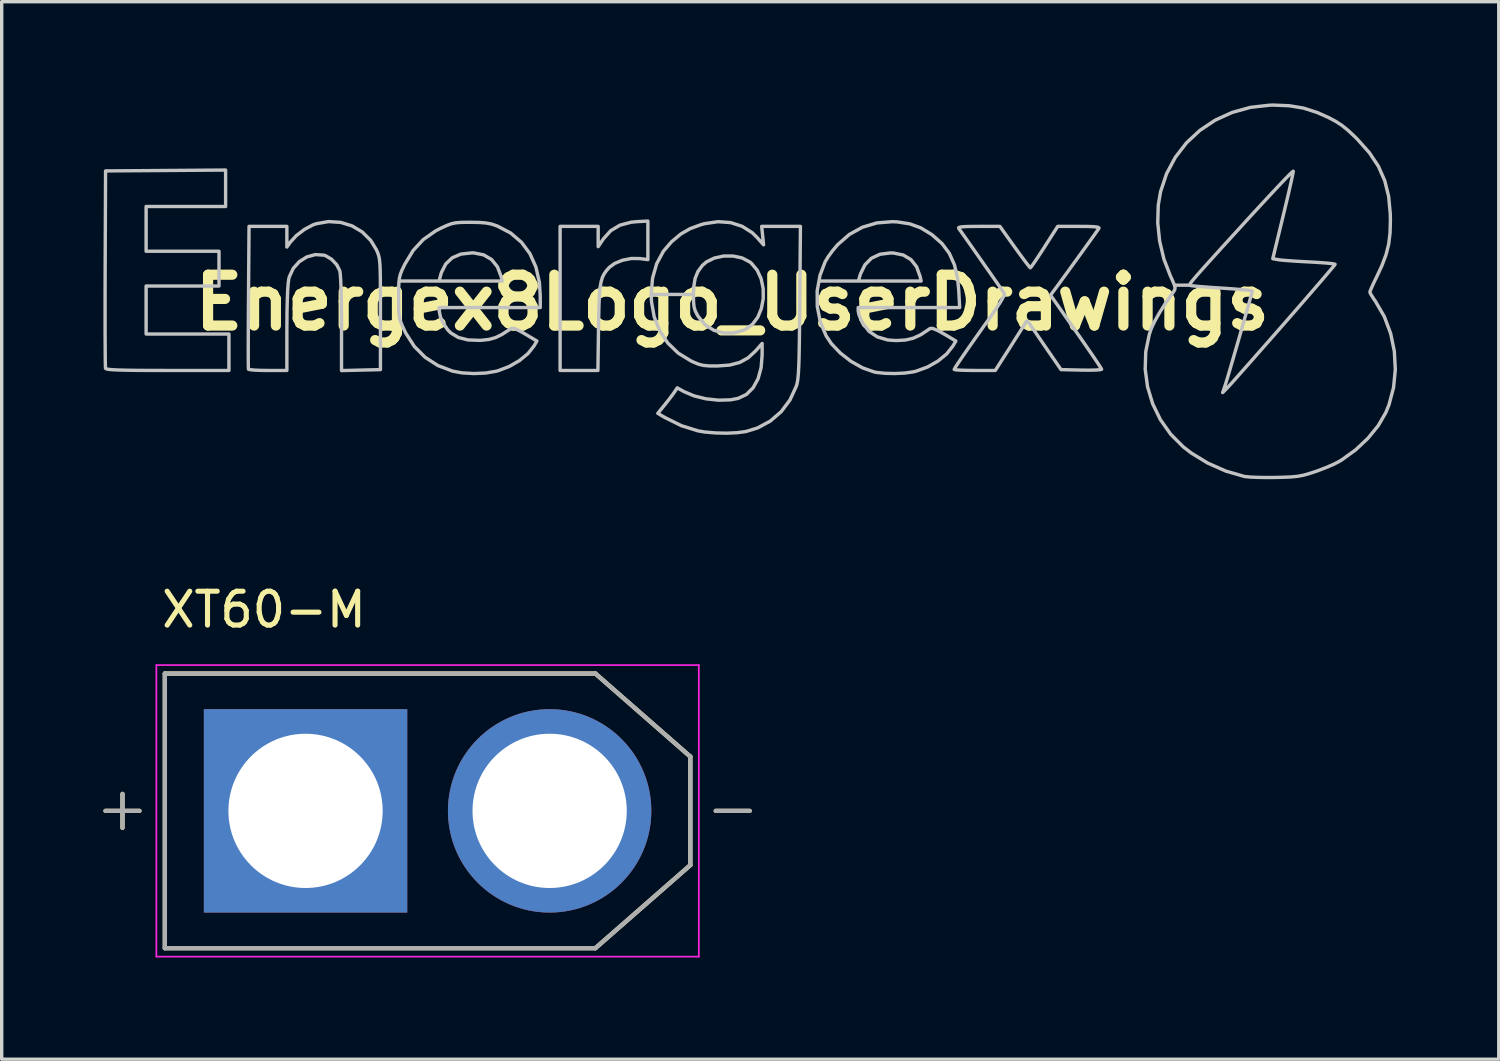
<source format=kicad_pcb>
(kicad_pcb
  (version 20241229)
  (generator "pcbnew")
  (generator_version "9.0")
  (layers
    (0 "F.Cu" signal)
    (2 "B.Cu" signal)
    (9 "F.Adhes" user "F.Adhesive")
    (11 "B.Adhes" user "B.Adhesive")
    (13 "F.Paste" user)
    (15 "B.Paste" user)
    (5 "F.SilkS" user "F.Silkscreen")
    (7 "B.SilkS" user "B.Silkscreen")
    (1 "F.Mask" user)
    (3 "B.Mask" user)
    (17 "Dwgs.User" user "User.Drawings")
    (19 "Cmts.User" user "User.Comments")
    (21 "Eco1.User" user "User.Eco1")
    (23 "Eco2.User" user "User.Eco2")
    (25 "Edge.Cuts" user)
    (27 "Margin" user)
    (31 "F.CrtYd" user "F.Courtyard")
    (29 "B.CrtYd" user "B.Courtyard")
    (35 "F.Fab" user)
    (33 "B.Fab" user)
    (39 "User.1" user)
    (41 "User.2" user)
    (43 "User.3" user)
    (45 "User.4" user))
  (footprint "Energex8Logo_UserDrawings"
    (layer "F.Cu")
    (at 18.552 5.875)
    (property "Reference" "Energex8Logo_UserDrawings" (at 0 0 0) (layer "F.SilkS") (effects (font (size 1.5 1.5) (thickness 0.3))))
    (attr board_only exclude_from_pos_files exclude_from_bom)
    (fp_poly (pts (xy -2.491 -1.836) (xy -2.491 -1.267) (xy -2.729 -1.298) (xy -2.983 -1.3) (xy -3.242 -1.248) (xy -3.473 -1.153) (xy -3.626 -1.04) (xy -3.712 -0.944) (xy -3.78 -0.849) (xy -3.833 -0.742) (xy -3.872 -0.61) (xy -3.901 -0.44) (xy -3.92 -0.221) (xy -3.933 0.062) (xy -3.942 0.42) (xy -3.947 0.745) (xy -3.965 2.003) (xy -4.523 2.003) (xy -5.08 2.003) (xy -5.08 -0.122) (xy -5.08 -2.247) (xy -4.518 -2.247) (xy -3.957 -2.247) (xy -3.957 -1.948) (xy -3.957 -1.65) (xy -3.798 -1.885) (xy -3.586 -2.121) (xy -3.317 -2.282) (xy -2.986 -2.37) (xy -2.824 -2.386) (xy -2.491 -2.404)) (stroke (width 0.1) (type solid)) (fill no) (layer "Dwgs.User"))
    (fp_poly (pts (xy -14.947 -3.371) (xy -14.947 -2.833) (xy -16.119 -2.833) (xy -17.292 -2.833) (xy -17.292 -2.174) (xy -17.292 -1.514) (xy -16.217 -1.514) (xy -15.142 -1.514) (xy -15.142 -1.001) (xy -15.142 -0.488) (xy -16.217 -0.488) (xy -17.292 -0.488) (xy -17.292 0.22) (xy -17.292 0.928) (xy -16.07 0.928) (xy -14.849 0.928) (xy -14.849 1.465) (xy -14.849 2.003) (xy -16.658 2.003) (xy -17.15 2.002) (xy -17.551 2) (xy -17.87 1.995) (xy -18.114 1.989) (xy -18.29 1.981) (xy -18.406 1.969) (xy -18.47 1.955) (xy -18.489 1.942) (xy -18.493 1.883) (xy -18.496 1.735) (xy -18.498 1.507) (xy -18.5 1.208) (xy -18.502 0.846) (xy -18.502 0.431) (xy -18.502 -0.03) (xy -18.501 -0.528) (xy -18.5 -1.001) (xy -18.488 -3.883) (xy -16.718 -3.896) (xy -14.947 -3.909)) (stroke (width 0.1) (type solid)) (fill no) (layer "Dwgs.User"))
    (fp_poly (pts (xy -11.552 -2.365) (xy -11.215 -2.261) (xy -10.914 -2.081) (xy -10.666 -1.833) (xy -10.496 -1.552) (xy -10.465 -1.48) (xy -10.44 -1.412) (xy -10.42 -1.335) (xy -10.405 -1.238) (xy -10.394 -1.111) (xy -10.387 -0.941) (xy -10.383 -0.719) (xy -10.381 -0.431) (xy -10.38 -0.067) (xy -10.38 0.342) (xy -10.38 1.978) (xy -10.954 1.992) (xy -11.528 2.006) (xy -11.528 0.624) (xy -11.53 0.234) (xy -11.535 -0.122) (xy -11.543 -0.431) (xy -11.553 -0.679) (xy -11.566 -0.854) (xy -11.578 -0.937) (xy -11.67 -1.117) (xy -11.821 -1.277) (xy -11.999 -1.383) (xy -12.045 -1.398) (xy -12.301 -1.415) (xy -12.55 -1.347) (xy -12.773 -1.207) (xy -12.951 -1.008) (xy -13.068 -0.76) (xy -13.084 -0.694) (xy -13.102 -0.56) (xy -13.117 -0.342) (xy -13.128 -0.054) (xy -13.136 0.291) (xy -13.139 0.678) (xy -13.14 0.784) (xy -13.14 2.003) (xy -13.698 2.003) (xy -13.921 2) (xy -14.104 1.992) (xy -14.228 1.979) (xy -14.273 1.966) (xy -14.276 1.911) (xy -14.278 1.768) (xy -14.279 1.549) (xy -14.279 1.262) (xy -14.278 0.918) (xy -14.277 0.528) (xy -14.274 0.102) (xy -14.272 -0.159) (xy -14.256 -2.247) (xy -13.698 -2.247) (xy -13.14 -2.247) (xy -13.14 -1.942) (xy -13.14 -1.638) (xy -13.036 -1.784) (xy -12.858 -1.978) (xy -12.624 -2.156) (xy -12.376 -2.289) (xy -12.279 -2.324) (xy -11.912 -2.389)) (stroke (width 0.1) (type solid)) (fill no) (layer "Dwgs.User"))
    (fp_poly (pts (xy 4.86 -2.38) (xy 5.231 -2.323) (xy 5.555 -2.206) (xy 5.872 -2.013) (xy 5.9 -1.992) (xy 6.187 -1.739) (xy 6.402 -1.45) (xy 6.553 -1.111) (xy 6.645 -0.711) (xy 6.679 -0.354) (xy 6.706 0.147) (xy 5.209 0.147) (xy 3.712 0.147) (xy 3.713 0.256) (xy 3.737 0.36) (xy 3.796 0.507) (xy 3.848 0.611) (xy 4.03 0.847) (xy 4.276 1.012) (xy 4.581 1.103) (xy 4.832 1.121) (xy 5.105 1.105) (xy 5.335 1.052) (xy 5.555 0.951) (xy 5.8 0.789) (xy 5.836 0.762) (xy 5.913 0.763) (xy 6.061 0.825) (xy 6.244 0.926) (xy 6.593 1.134) (xy 6.508 1.28) (xy 6.323 1.515) (xy 6.064 1.727) (xy 5.756 1.902) (xy 5.422 2.024) (xy 5.334 2.045) (xy 5.09 2.079) (xy 4.802 2.093) (xy 4.51 2.087) (xy 4.257 2.061) (xy 4.181 2.046) (xy 3.842 1.926) (xy 3.502 1.735) (xy 3.188 1.491) (xy 2.924 1.215) (xy 2.766 0.979) (xy 2.593 0.563) (xy 2.506 0.116) (xy 2.503 -0.345) (xy 2.556 -0.635) (xy 3.719 -0.635) (xy 4.645 -0.635) (xy 5.57 -0.635) (xy 5.54 -0.769) (xy 5.435 -1.057) (xy 5.27 -1.267) (xy 5.044 -1.402) (xy 4.756 -1.461) (xy 4.665 -1.464) (xy 4.355 -1.425) (xy 4.104 -1.308) (xy 3.912 -1.114) (xy 3.779 -0.841) (xy 3.762 -0.785) (xy 3.719 -0.635) (xy 2.556 -0.635) (xy 2.586 -0.802) (xy 2.737 -1.2) (xy 2.826 -1.349) (xy 2.957 -1.529) (xy 3.103 -1.702) (xy 3.111 -1.711) (xy 3.45 -2.008) (xy 3.837 -2.222) (xy 4.263 -2.349) (xy 4.719 -2.386)) (stroke (width 0.1) (type solid)) (fill no) (layer "Dwgs.User"))
    (fp_poly (pts (xy -7.718 -2.368) (xy -7.454 -2.363) (xy -7.257 -2.346) (xy -7.096 -2.314) (xy -6.94 -2.261) (xy -6.929 -2.256) (xy -6.54 -2.052) (xy -6.22 -1.779) (xy -5.97 -1.442) (xy -5.793 -1.045) (xy -5.691 -0.593) (xy -5.666 -0.198) (xy -5.666 0.147) (xy -7.156 0.147) (xy -8.646 0.147) (xy -8.645 0.256) (xy -8.609 0.429) (xy -8.519 0.624) (xy -8.395 0.804) (xy -8.309 0.892) (xy -8.083 1.029) (xy -7.801 1.102) (xy -7.452 1.115) (xy -7.393 1.112) (xy -7.175 1.087) (xy -6.986 1.034) (xy -6.796 0.941) (xy -6.571 0.795) (xy -6.541 0.774) (xy -6.484 0.756) (xy -6.399 0.775) (xy -6.267 0.839) (xy -6.114 0.926) (xy -5.765 1.134) (xy -5.85 1.28) (xy -6.027 1.504) (xy -6.278 1.711) (xy -6.58 1.885) (xy -6.91 2.011) (xy -6.959 2.025) (xy -7.27 2.078) (xy -7.623 2.094) (xy -7.973 2.074) (xy -8.25 2.023) (xy -8.684 1.858) (xy -9.062 1.614) (xy -9.379 1.295) (xy -9.631 0.905) (xy -9.661 0.844) (xy -9.736 0.683) (xy -9.787 0.556) (xy -9.819 0.437) (xy -9.835 0.3) (xy -9.841 0.118) (xy -9.842 -0.134) (xy -9.843 -0.149) (xy -9.842 -0.404) (xy -9.836 -0.588) (xy -9.831 -0.635) (xy -8.648 -0.635) (xy -7.718 -0.635) (xy -6.788 -0.635) (xy -6.82 -0.769) (xy -6.93 -1.057) (xy -7.102 -1.27) (xy -7.334 -1.407) (xy -7.622 -1.464) (xy -7.687 -1.465) (xy -8.007 -1.43) (xy -8.262 -1.321) (xy -8.453 -1.139) (xy -8.583 -0.883) (xy -8.615 -0.769) (xy -8.648 -0.635) (xy -9.831 -0.635) (xy -9.82 -0.725) (xy -9.79 -0.842) (xy -9.741 -0.964) (xy -9.667 -1.117) (xy -9.656 -1.139) (xy -9.414 -1.537) (xy -9.116 -1.859) (xy -8.752 -2.114) (xy -8.6 -2.193) (xy -8.427 -2.272) (xy -8.291 -2.324) (xy -8.16 -2.352) (xy -8.002 -2.365) (xy -7.786 -2.368)) (stroke (width 0.1) (type solid)) (fill no) (layer "Dwgs.User"))
    (fp_poly (pts (xy 8.329 -1.636) (xy 8.481 -1.426) (xy 8.614 -1.247) (xy 8.716 -1.113) (xy 8.778 -1.038) (xy 8.791 -1.026) (xy 8.825 -1.065) (xy 8.901 -1.172) (xy 9.01 -1.334) (xy 9.141 -1.534) (xy 9.207 -1.637) (xy 9.598 -2.247) (xy 10.224 -2.247) (xy 10.489 -2.245) (xy 10.668 -2.238) (xy 10.772 -2.225) (xy 10.814 -2.205) (xy 10.812 -2.186) (xy 10.773 -2.13) (xy 10.687 -2.009) (xy 10.564 -1.837) (xy 10.414 -1.629) (xy 10.248 -1.398) (xy 10.075 -1.16) (xy 9.907 -0.927) (xy 9.752 -0.715) (xy 9.623 -0.537) (xy 9.528 -0.408) (xy 9.496 -0.366) (xy 9.386 -0.22) (xy 10.139 0.855) (xy 10.339 1.141) (xy 10.518 1.401) (xy 10.671 1.624) (xy 10.789 1.8) (xy 10.865 1.918) (xy 10.893 1.967) (xy 10.893 1.968) (xy 10.847 1.981) (xy 10.722 1.99) (xy 10.537 1.994) (xy 10.311 1.992) (xy 10.294 1.992) (xy 9.696 1.978) (xy 9.243 1.319) (xy 9.087 1.092) (xy 8.948 0.889) (xy 8.836 0.726) (xy 8.762 0.619) (xy 8.74 0.586) (xy 8.689 0.547) (xy 8.667 0.562) (xy 8.635 0.617) (xy 8.559 0.741) (xy 8.448 0.917) (xy 8.312 1.131) (xy 8.201 1.307) (xy 7.756 2.003) (xy 7.151 2.003) (xy 6.92 2) (xy 6.73 1.994) (xy 6.599 1.985) (xy 6.546 1.974) (xy 6.545 1.973) (xy 6.573 1.92) (xy 6.655 1.793) (xy 6.786 1.6) (xy 6.962 1.345) (xy 7.18 1.034) (xy 7.435 0.674) (xy 7.631 0.399) (xy 7.783 0.179) (xy 7.906 -0.011) (xy 7.99 -0.157) (xy 8.027 -0.244) (xy 8.027 -0.26) (xy 7.99 -0.316) (xy 7.907 -0.437) (xy 7.787 -0.61) (xy 7.64 -0.821) (xy 7.476 -1.055) (xy 7.305 -1.299) (xy 7.137 -1.539) (xy 6.981 -1.761) (xy 6.848 -1.95) (xy 6.747 -2.093) (xy 6.687 -2.175) (xy 6.679 -2.186) (xy 6.678 -2.212) (xy 6.731 -2.229) (xy 6.849 -2.24) (xy 7.044 -2.246) (xy 7.262 -2.247) (xy 7.893 -2.247)) (stroke (width 0.1) (type solid)) (fill no) (layer "Dwgs.User"))
    (fp_poly (pts (xy -0.05 -2.359) (xy 0.291 -2.249) (xy 0.588 -2.06) (xy 0.729 -1.922) (xy 0.922 -1.703) (xy 0.894 -1.975) (xy 0.866 -2.247) (xy 1.437 -2.247) (xy 2.009 -2.247) (xy 1.99 -0.012) (xy 1.985 0.526) (xy 1.98 0.975) (xy 1.974 1.345) (xy 1.968 1.644) (xy 1.96 1.882) (xy 1.95 2.067) (xy 1.938 2.21) (xy 1.924 2.318) (xy 1.907 2.401) (xy 1.889 2.463) (xy 1.702 2.87) (xy 1.443 3.217) (xy 1.12 3.496) (xy 0.743 3.699) (xy 0.401 3.804) (xy 0.141 3.839) (xy -0.174 3.853) (xy -0.509 3.845) (xy -0.823 3.817) (xy -1.01 3.785) (xy -1.502 3.632) (xy -1.991 3.39) (xy -2.199 3.268) (xy -1.991 3.012) (xy -1.87 2.86) (xy -1.764 2.72) (xy -1.704 2.636) (xy -1.624 2.516) (xy -1.431 2.624) (xy -1.131 2.752) (xy -0.779 2.839) (xy -0.411 2.879) (xy -0.06 2.87) (xy 0.17 2.827) (xy 0.415 2.711) (xy 0.613 2.514) (xy 0.76 2.246) (xy 0.85 1.916) (xy 0.879 1.547) (xy 0.879 1.207) (xy 0.686 1.427) (xy 0.468 1.629) (xy 0.219 1.766) (xy -0.079 1.844) (xy -0.446 1.871) (xy -0.464 1.871) (xy -0.69 1.869) (xy -0.855 1.853) (xy -0.996 1.818) (xy -1.149 1.755) (xy -1.221 1.721) (xy -1.596 1.491) (xy -1.905 1.192) (xy -2.142 0.833) (xy -2.304 0.423) (xy -2.385 -0.03) (xy -2.393 -0.24) (xy -1.146 -0.24) (xy -1.144 -0.027) (xy -1.13 0.121) (xy -1.098 0.237) (xy -1.039 0.353) (xy -1.001 0.417) (xy -0.801 0.654) (xy -0.55 0.815) (xy -0.263 0.898) (xy 0.044 0.896) (xy 0.355 0.806) (xy 0.379 0.795) (xy 0.591 0.646) (xy 0.751 0.432) (xy 0.858 0.172) (xy 0.912 -0.115) (xy 0.91 -0.412) (xy 0.851 -0.698) (xy 0.734 -0.954) (xy 0.558 -1.164) (xy 0.518 -1.196) (xy 0.291 -1.315) (xy 0.023 -1.373) (xy -0.26 -1.372) (xy -0.531 -1.313) (xy -0.764 -1.199) (xy -0.886 -1.092) (xy -1.016 -0.913) (xy -1.097 -0.714) (xy -1.137 -0.47) (xy -1.146 -0.24) (xy -2.393 -0.24) (xy -2.393 -0.244) (xy -2.353 -0.72) (xy -2.232 -1.145) (xy -2.032 -1.516) (xy -1.791 -1.795) (xy -1.519 -2.022) (xy -1.24 -2.183) (xy -0.913 -2.302) (xy -0.818 -2.327) (xy -0.424 -2.386)) (stroke (width 0.1) (type solid)) (fill no) (layer "Dwgs.User"))
    (fp_poly (pts (xy 16.437 -5.805) (xy 16.85 -5.736) (xy 17.252 -5.607) (xy 17.585 -5.459) (xy 17.794 -5.348) (xy 17.975 -5.231) (xy 18.156 -5.086) (xy 18.362 -4.893) (xy 18.441 -4.814) (xy 18.793 -4.419) (xy 19.059 -4.018) (xy 19.245 -3.595) (xy 19.36 -3.131) (xy 19.409 -2.61) (xy 19.412 -2.442) (xy 19.402 -2.058) (xy 19.362 -1.727) (xy 19.284 -1.416) (xy 19.161 -1.09) (xy 19.026 -0.798) (xy 18.933 -0.607) (xy 18.86 -0.448) (xy 18.815 -0.341) (xy 18.806 -0.309) (xy 18.832 -0.25) (xy 18.9 -0.139) (xy 18.969 -0.039) (xy 19.232 0.413) (xy 19.419 0.911) (xy 19.528 1.437) (xy 19.557 1.974) (xy 19.505 2.506) (xy 19.37 3.015) (xy 19.275 3.248) (xy 19.052 3.632) (xy 18.749 4.004) (xy 18.384 4.347) (xy 17.975 4.642) (xy 17.87 4.704) (xy 17.72 4.779) (xy 17.512 4.868) (xy 17.282 4.956) (xy 17.186 4.99) (xy 16.994 5.052) (xy 16.832 5.096) (xy 16.673 5.125) (xy 16.491 5.143) (xy 16.259 5.153) (xy 16.022 5.159) (xy 15.748 5.161) (xy 15.49 5.156) (xy 15.274 5.147) (xy 15.123 5.132) (xy 15.097 5.127) (xy 14.558 4.971) (xy 14.028 4.737) (xy 13.539 4.439) (xy 13.303 4.257) (xy 12.93 3.883) (xy 12.627 3.454) (xy 12.398 2.982) (xy 12.248 2.483) (xy 12.179 1.967) (xy 12.195 1.45) (xy 12.299 0.943) (xy 12.357 0.77) (xy 12.45 0.569) (xy 12.592 0.315) (xy 12.771 0.03) (xy 12.974 -0.263) (xy 13.017 -0.322) (xy 13.052 -0.38) (xy 13.059 -0.443) (xy 13.04 -0.513) (xy 13.491 -0.513) (xy 13.495 -0.507) (xy 13.549 -0.497) (xy 13.686 -0.482) (xy 13.888 -0.465) (xy 14.141 -0.446) (xy 14.429 -0.427) (xy 14.429 -0.427) (xy 14.714 -0.408) (xy 14.963 -0.388) (xy 15.16 -0.37) (xy 15.29 -0.354) (xy 15.338 -0.342) (xy 15.338 -0.341) (xy 15.325 -0.286) (xy 15.288 -0.151) (xy 15.233 0.049) (xy 15.162 0.299) (xy 15.08 0.586) (xy 14.992 0.895) (xy 14.901 1.211) (xy 14.811 1.521) (xy 14.727 1.809) (xy 14.653 2.062) (xy 14.592 2.266) (xy 14.549 2.404) (xy 14.535 2.449) (xy 14.464 2.655) (xy 14.605 2.512) (xy 14.665 2.447) (xy 14.783 2.316) (xy 14.95 2.127) (xy 15.161 1.889) (xy 15.408 1.609) (xy 15.684 1.296) (xy 15.982 0.957) (xy 16.263 0.637) (xy 16.569 0.286) (xy 16.854 -0.041) (xy 17.112 -0.339) (xy 17.338 -0.601) (xy 17.523 -0.817) (xy 17.663 -0.983) (xy 17.751 -1.089) (xy 17.78 -1.129) (xy 17.734 -1.143) (xy 17.607 -1.158) (xy 17.416 -1.174) (xy 17.177 -1.19) (xy 17.035 -1.197) (xy 16.76 -1.212) (xy 16.506 -1.228) (xy 16.296 -1.244) (xy 16.152 -1.258) (xy 16.116 -1.263) (xy 15.942 -1.294) (xy 16.25 -2.564) (xy 16.331 -2.903) (xy 16.404 -3.21) (xy 16.464 -3.474) (xy 16.51 -3.681) (xy 16.538 -3.819) (xy 16.545 -3.875) (xy 16.511 -3.848) (xy 16.417 -3.757) (xy 16.272 -3.607) (xy 16.082 -3.407) (xy 15.854 -3.163) (xy 15.594 -2.883) (xy 15.309 -2.574) (xy 15.141 -2.39) (xy 14.764 -1.977) (xy 14.448 -1.63) (xy 14.188 -1.343) (xy 13.978 -1.111) (xy 13.814 -0.927) (xy 13.69 -0.786) (xy 13.601 -0.681) (xy 13.541 -0.608) (xy 13.507 -0.559) (xy 13.492 -0.529) (xy 13.491 -0.513) (xy 13.04 -0.513) (xy 13.034 -0.534) (xy 12.973 -0.676) (xy 12.922 -0.786) (xy 12.731 -1.282) (xy 12.605 -1.812) (xy 12.549 -2.351) (xy 12.564 -2.874) (xy 12.632 -3.27) (xy 12.809 -3.801) (xy 13.067 -4.284) (xy 13.397 -4.712) (xy 13.792 -5.079) (xy 14.243 -5.38) (xy 14.743 -5.608) (xy 15.283 -5.758) (xy 15.857 -5.823) (xy 15.973 -5.825)) (stroke (width 0.1) (type solid)) (fill no) (layer "Dwgs.User")))
  (footprint "XT60-M"
    (layer "F.Cu")
    (at 9.563 20.869)
    (property "Reference" "XT60-M" (at -4.825 -5.935 0) (layer "F.SilkS") (effects (font (size 1 1) (thickness 0.15))))
    (attr through_hole)
    (fp_line (start -9.5 0) (end -8.5 0) (stroke (width 0.127) (type solid)) (layer "F.SilkS"))
    (fp_line (start -9 -0.5) (end -9 0.5) (stroke (width 0.127) (type solid)) (layer "F.SilkS"))
    (fp_line (start -7.75 -4.05) (end 4.95 -4.05) (stroke (width 0.127) (type solid)) (layer "F.SilkS"))
    (fp_line (start -7.75 4.05) (end -7.75 -4.05) (stroke (width 0.127) (type solid)) (layer "F.SilkS"))
    (fp_line (start 4.95 -4.05) (end 7.75 -1.6) (stroke (width 0.127) (type solid)) (layer "F.SilkS"))
    (fp_line (start 4.95 4.05) (end -7.75 4.05) (stroke (width 0.127) (type solid)) (layer "F.SilkS"))
    (fp_line (start 7.75 -1.6) (end 7.75 1.6) (stroke (width 0.127) (type solid)) (layer "F.SilkS"))
    (fp_line (start 7.75 1.6) (end 4.95 4.05) (stroke (width 0.127) (type solid)) (layer "F.SilkS"))
    (fp_line (start 8.5 0) (end 9.5 0) (stroke (width 0.127) (type solid)) (layer "F.SilkS"))
    (fp_line (start -8 -4.3) (end -8 4.3) (stroke (width 0.05) (type solid)) (layer "F.CrtYd"))
    (fp_line (start -8 4.3) (end 8 4.3) (stroke (width 0.05) (type solid)) (layer "F.CrtYd"))
    (fp_line (start 8 -4.3) (end -8 -4.3) (stroke (width 0.05) (type solid)) (layer "F.CrtYd"))
    (fp_line (start 8 4.3) (end 8 -4.3) (stroke (width 0.05) (type solid)) (layer "F.CrtYd"))
    (fp_line (start -9.5 0) (end -8.5 0) (stroke (width 0.127) (type solid)) (layer "F.Fab"))
    (fp_line (start -9 -0.5) (end -9 0.5) (stroke (width 0.127) (type solid)) (layer "F.Fab"))
    (fp_line (start -7.75 -4.05) (end 4.95 -4.05) (stroke (width 0.127) (type solid)) (layer "F.Fab"))
    (fp_line (start -7.75 4.05) (end -7.75 -4.05) (stroke (width 0.127) (type solid)) (layer "F.Fab"))
    (fp_line (start 4.95 -4.05) (end 7.75 -1.6) (stroke (width 0.127) (type solid)) (layer "F.Fab"))
    (fp_line (start 4.95 4.05) (end -7.75 4.05) (stroke (width 0.127) (type solid)) (layer "F.Fab"))
    (fp_line (start 7.75 -1.6) (end 7.75 1.6) (stroke (width 0.127) (type solid)) (layer "F.Fab"))
    (fp_line (start 7.75 1.6) (end 4.95 4.05) (stroke (width 0.127) (type solid)) (layer "F.Fab"))
    (fp_line (start 8.5 0) (end 9.5 0) (stroke (width 0.127) (type solid)) (layer "F.Fab"))
    (pad "N" thru_hole circle (at 3.6 0) (size 6 6) (drill 4.55) (layers "*.Cu" "*.Mask"))
    (pad "P" thru_hole rect (at -3.6 0) (size 6 6) (drill 4.55) (layers "*.Cu" "*.Mask")))
  (gr_rect
    (start -3 -3)
    (end 41.16 28.194)
    (stroke (width 0.1) (type default))
    (fill no)
    (layer "Edge.Cuts")))
</source>
